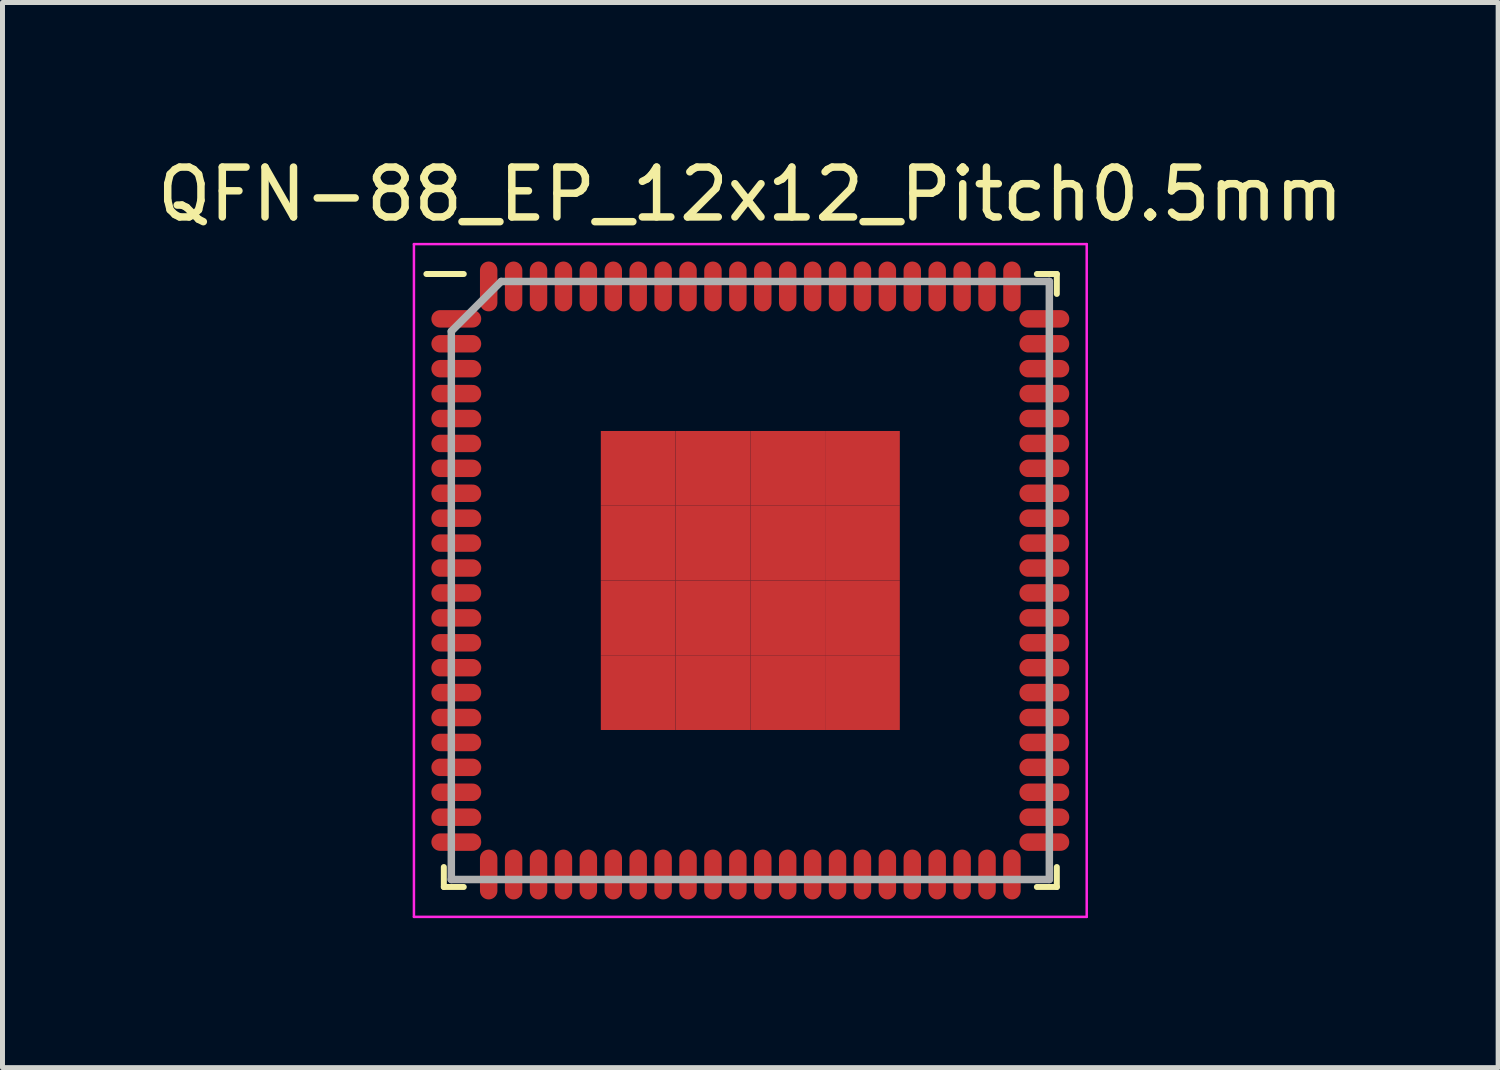
<source format=kicad_pcb>
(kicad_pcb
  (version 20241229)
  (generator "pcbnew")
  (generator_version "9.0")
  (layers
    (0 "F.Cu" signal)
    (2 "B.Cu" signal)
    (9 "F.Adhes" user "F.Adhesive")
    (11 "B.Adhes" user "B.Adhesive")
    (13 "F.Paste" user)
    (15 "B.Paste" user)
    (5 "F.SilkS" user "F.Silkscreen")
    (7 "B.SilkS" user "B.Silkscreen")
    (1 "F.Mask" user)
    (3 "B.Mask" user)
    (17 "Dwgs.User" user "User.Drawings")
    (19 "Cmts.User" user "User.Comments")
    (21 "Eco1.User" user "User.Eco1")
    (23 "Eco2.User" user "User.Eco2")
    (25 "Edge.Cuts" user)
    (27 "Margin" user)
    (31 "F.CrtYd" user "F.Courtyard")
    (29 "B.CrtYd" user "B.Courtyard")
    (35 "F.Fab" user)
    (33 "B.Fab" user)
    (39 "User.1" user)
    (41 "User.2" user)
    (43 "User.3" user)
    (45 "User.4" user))
  (footprint "QFN-88_EP_12x12_Pitch0.5mm"
    (layer "F.Cu")
    (at 12.006 8.598)
    (property "Reference" "QFN-88_EP_12x12_Pitch0.5mm" (at 0 -7.75 0) (layer "F.SilkS") (effects (font (size 1 1) (thickness 0.15))))
    (attr smd)
    (fp_line (start -6.15 6.15) (end -6.15 5.75) (stroke (width 0.12) (type solid)) (layer "F.SilkS"))
    (fp_line (start -5.75 -6.15) (end -6.5 -6.15) (stroke (width 0.12) (type solid)) (layer "F.SilkS"))
    (fp_line (start -5.75 6.15) (end -6.15 6.15) (stroke (width 0.12) (type solid)) (layer "F.SilkS"))
    (fp_line (start 5.75 -6.15) (end 6.15 -6.15) (stroke (width 0.12) (type solid)) (layer "F.SilkS"))
    (fp_line (start 5.75 6.15) (end 6.15 6.15) (stroke (width 0.12) (type solid)) (layer "F.SilkS"))
    (fp_line (start 6.15 -6.15) (end 6.15 -5.75) (stroke (width 0.12) (type solid)) (layer "F.SilkS"))
    (fp_line (start 6.15 6.15) (end 6.15 5.75) (stroke (width 0.12) (type solid)) (layer "F.SilkS"))
    (fp_line (start -6.75 -6.75) (end 6.75 -6.75) (stroke (width 0.05) (type solid)) (layer "F.CrtYd"))
    (fp_line (start -6.75 6.75) (end -6.75 -6.75) (stroke (width 0.05) (type solid)) (layer "F.CrtYd"))
    (fp_line (start 6.75 -6.75) (end 6.75 6.75) (stroke (width 0.05) (type solid)) (layer "F.CrtYd"))
    (fp_line (start 6.75 6.75) (end -6.75 6.75) (stroke (width 0.05) (type solid)) (layer "F.CrtYd"))
    (fp_line (start -6 -5) (end -6 6) (stroke (width 0.15) (type solid)) (layer "F.Fab"))
    (fp_line (start -6 6) (end 6 6) (stroke (width 0.15) (type solid)) (layer "F.Fab"))
    (fp_line (start -5 -6) (end -6 -5) (stroke (width 0.15) (type solid)) (layer "F.Fab"))
    (fp_line (start 6 -6) (end -5 -6) (stroke (width 0.15) (type solid)) (layer "F.Fab"))
    (fp_line (start 6 6) (end 6 -6) (stroke (width 0.15) (type solid)) (layer "F.Fab"))
    (pad "1" smd oval (at -5.9 -5.25 90) (size 0.35 1) (layers "F.Cu" "F.Mask" "F.Paste"))
    (pad "2" smd oval (at -5.9 -4.75 90) (size 0.35 1) (layers "F.Cu" "F.Mask" "F.Paste"))
    (pad "3" smd oval (at -5.9 -4.25 90) (size 0.35 1) (layers "F.Cu" "F.Mask" "F.Paste"))
    (pad "4" smd oval (at -5.9 -3.75 90) (size 0.35 1) (layers "F.Cu" "F.Mask" "F.Paste"))
    (pad "5" smd oval (at -5.9 -3.25 90) (size 0.35 1) (layers "F.Cu" "F.Mask" "F.Paste"))
    (pad "6" smd oval (at -5.9 -2.75 90) (size 0.35 1) (layers "F.Cu" "F.Mask" "F.Paste"))
    (pad "7" smd oval (at -5.9 -2.25 90) (size 0.35 1) (layers "F.Cu" "F.Mask" "F.Paste"))
    (pad "8" smd oval (at -5.9 -1.75 90) (size 0.35 1) (layers "F.Cu" "F.Mask" "F.Paste"))
    (pad "9" smd oval (at -5.9 -1.25 90) (size 0.35 1) (layers "F.Cu" "F.Mask" "F.Paste"))
    (pad "10" smd oval (at -5.9 -0.75 90) (size 0.35 1) (layers "F.Cu" "F.Mask" "F.Paste"))
    (pad "11" smd oval (at -5.9 -0.25 90) (size 0.35 1) (layers "F.Cu" "F.Mask" "F.Paste"))
    (pad "12" smd oval (at -5.9 0.25 90) (size 0.35 1) (layers "F.Cu" "F.Mask" "F.Paste"))
    (pad "13" smd oval (at -5.9 0.75 90) (size 0.35 1) (layers "F.Cu" "F.Mask" "F.Paste"))
    (pad "14" smd oval (at -5.9 1.25 90) (size 0.35 1) (layers "F.Cu" "F.Mask" "F.Paste"))
    (pad "15" smd oval (at -5.9 1.75 90) (size 0.35 1) (layers "F.Cu" "F.Mask" "F.Paste"))
    (pad "16" smd oval (at -5.9 2.25 90) (size 0.35 1) (layers "F.Cu" "F.Mask" "F.Paste"))
    (pad "17" smd oval (at -5.9 2.75 90) (size 0.35 1) (layers "F.Cu" "F.Mask" "F.Paste"))
    (pad "18" smd oval (at -5.9 3.25 90) (size 0.35 1) (layers "F.Cu" "F.Mask" "F.Paste"))
    (pad "19" smd oval (at -5.9 3.75 90) (size 0.35 1) (layers "F.Cu" "F.Mask" "F.Paste"))
    (pad "20" smd oval (at -5.9 4.25 90) (size 0.35 1) (layers "F.Cu" "F.Mask" "F.Paste"))
    (pad "21" smd oval (at -5.9 4.75 90) (size 0.35 1) (layers "F.Cu" "F.Mask" "F.Paste"))
    (pad "22" smd oval (at -5.9 5.25 90) (size 0.35 1) (layers "F.Cu" "F.Mask" "F.Paste"))
    (pad "23" smd oval (at -5.25 5.9) (size 0.35 1) (layers "F.Cu" "F.Mask" "F.Paste"))
    (pad "24" smd oval (at -4.75 5.9) (size 0.35 1) (layers "F.Cu" "F.Mask" "F.Paste"))
    (pad "25" smd oval (at -4.25 5.9) (size 0.35 1) (layers "F.Cu" "F.Mask" "F.Paste"))
    (pad "26" smd oval (at -3.75 5.9) (size 0.35 1) (layers "F.Cu" "F.Mask" "F.Paste"))
    (pad "27" smd oval (at -3.25 5.9) (size 0.35 1) (layers "F.Cu" "F.Mask" "F.Paste"))
    (pad "28" smd oval (at -2.75 5.9) (size 0.35 1) (layers "F.Cu" "F.Mask" "F.Paste"))
    (pad "29" smd oval (at -2.25 5.9) (size 0.35 1) (layers "F.Cu" "F.Mask" "F.Paste"))
    (pad "30" smd oval (at -1.75 5.9) (size 0.35 1) (layers "F.Cu" "F.Mask" "F.Paste"))
    (pad "31" smd oval (at -1.25 5.9) (size 0.35 1) (layers "F.Cu" "F.Mask" "F.Paste"))
    (pad "32" smd oval (at -0.75 5.9) (size 0.35 1) (layers "F.Cu" "F.Mask" "F.Paste"))
    (pad "33" smd oval (at -0.25 5.9) (size 0.35 1) (layers "F.Cu" "F.Mask" "F.Paste"))
    (pad "34" smd oval (at 0.25 5.9) (size 0.35 1) (layers "F.Cu" "F.Mask" "F.Paste"))
    (pad "35" smd oval (at 0.75 5.9) (size 0.35 1) (layers "F.Cu" "F.Mask" "F.Paste"))
    (pad "36" smd oval (at 1.25 5.9) (size 0.35 1) (layers "F.Cu" "F.Mask" "F.Paste"))
    (pad "37" smd oval (at 1.75 5.9) (size 0.35 1) (layers "F.Cu" "F.Mask" "F.Paste"))
    (pad "38" smd oval (at 2.25 5.9) (size 0.35 1) (layers "F.Cu" "F.Mask" "F.Paste"))
    (pad "39" smd oval (at 2.75 5.9) (size 0.35 1) (layers "F.Cu" "F.Mask" "F.Paste"))
    (pad "40" smd oval (at 3.25 5.9) (size 0.35 1) (layers "F.Cu" "F.Mask" "F.Paste"))
    (pad "41" smd oval (at 3.75 5.9) (size 0.35 1) (layers "F.Cu" "F.Mask" "F.Paste"))
    (pad "42" smd oval (at 4.25 5.9) (size 0.35 1) (layers "F.Cu" "F.Mask" "F.Paste"))
    (pad "43" smd oval (at 4.75 5.9) (size 0.35 1) (layers "F.Cu" "F.Mask" "F.Paste"))
    (pad "44" smd oval (at 5.25 5.9) (size 0.35 1) (layers "F.Cu" "F.Mask" "F.Paste"))
    (pad "45" smd oval (at 5.9 5.25 90) (size 0.35 1) (layers "F.Cu" "F.Mask" "F.Paste"))
    (pad "46" smd oval (at 5.9 4.75 90) (size 0.35 1) (layers "F.Cu" "F.Mask" "F.Paste"))
    (pad "47" smd oval (at 5.9 4.25 90) (size 0.35 1) (layers "F.Cu" "F.Mask" "F.Paste"))
    (pad "48" smd oval (at 5.9 3.75 90) (size 0.35 1) (layers "F.Cu" "F.Mask" "F.Paste"))
    (pad "49" smd oval (at 5.9 3.25 90) (size 0.35 1) (layers "F.Cu" "F.Mask" "F.Paste"))
    (pad "50" smd oval (at 5.9 2.75 90) (size 0.35 1) (layers "F.Cu" "F.Mask" "F.Paste"))
    (pad "51" smd oval (at 5.9 2.25 90) (size 0.35 1) (layers "F.Cu" "F.Mask" "F.Paste"))
    (pad "52" smd oval (at 5.9 1.75 90) (size 0.35 1) (layers "F.Cu" "F.Mask" "F.Paste"))
    (pad "53" smd oval (at 5.9 1.25 90) (size 0.35 1) (layers "F.Cu" "F.Mask" "F.Paste"))
    (pad "54" smd oval (at 5.9 0.75 90) (size 0.35 1) (layers "F.Cu" "F.Mask" "F.Paste"))
    (pad "55" smd oval (at 5.9 0.25 90) (size 0.35 1) (layers "F.Cu" "F.Mask" "F.Paste"))
    (pad "56" smd oval (at 5.9 -0.25 90) (size 0.35 1) (layers "F.Cu" "F.Mask" "F.Paste"))
    (pad "57" smd oval (at 5.9 -0.75 90) (size 0.35 1) (layers "F.Cu" "F.Mask" "F.Paste"))
    (pad "58" smd oval (at 5.9 -1.25 90) (size 0.35 1) (layers "F.Cu" "F.Mask" "F.Paste"))
    (pad "59" smd oval (at 5.9 -1.75 90) (size 0.35 1) (layers "F.Cu" "F.Mask" "F.Paste"))
    (pad "60" smd oval (at 5.9 -2.25 90) (size 0.35 1) (layers "F.Cu" "F.Mask" "F.Paste"))
    (pad "61" smd oval (at 5.9 -2.75 90) (size 0.35 1) (layers "F.Cu" "F.Mask" "F.Paste"))
    (pad "62" smd oval (at 5.9 -3.25 90) (size 0.35 1) (layers "F.Cu" "F.Mask" "F.Paste"))
    (pad "63" smd oval (at 5.9 -3.75 90) (size 0.35 1) (layers "F.Cu" "F.Mask" "F.Paste"))
    (pad "64" smd oval (at 5.9 -4.25 90) (size 0.35 1) (layers "F.Cu" "F.Mask" "F.Paste"))
    (pad "65" smd oval (at 5.9 -4.75 90) (size 0.35 1) (layers "F.Cu" "F.Mask" "F.Paste"))
    (pad "66" smd oval (at 5.9 -5.25 90) (size 0.35 1) (layers "F.Cu" "F.Mask" "F.Paste"))
    (pad "67" smd oval (at 5.25 -5.9) (size 0.35 1) (layers "F.Cu" "F.Mask" "F.Paste"))
    (pad "68" smd oval (at 4.75 -5.9) (size 0.35 1) (layers "F.Cu" "F.Mask" "F.Paste"))
    (pad "69" smd oval (at 4.25 -5.9) (size 0.35 1) (layers "F.Cu" "F.Mask" "F.Paste"))
    (pad "70" smd oval (at 3.75 -5.9) (size 0.35 1) (layers "F.Cu" "F.Mask" "F.Paste"))
    (pad "71" smd oval (at 3.25 -5.9) (size 0.35 1) (layers "F.Cu" "F.Mask" "F.Paste"))
    (pad "72" smd oval (at 2.75 -5.9) (size 0.35 1) (layers "F.Cu" "F.Mask" "F.Paste"))
    (pad "73" smd oval (at 2.25 -5.9) (size 0.35 1) (layers "F.Cu" "F.Mask" "F.Paste"))
    (pad "74" smd oval (at 1.75 -5.9) (size 0.35 1) (layers "F.Cu" "F.Mask" "F.Paste"))
    (pad "75" smd oval (at 1.25 -5.9) (size 0.35 1) (layers "F.Cu" "F.Mask" "F.Paste"))
    (pad "76" smd oval (at 0.75 -5.9) (size 0.35 1) (layers "F.Cu" "F.Mask" "F.Paste"))
    (pad "77" smd oval (at 0.25 -5.9) (size 0.35 1) (layers "F.Cu" "F.Mask" "F.Paste"))
    (pad "78" smd oval (at -0.25 -5.9) (size 0.35 1) (layers "F.Cu" "F.Mask" "F.Paste"))
    (pad "79" smd oval (at -0.75 -5.9) (size 0.35 1) (layers "F.Cu" "F.Mask" "F.Paste"))
    (pad "80" smd oval (at -1.25 -5.9) (size 0.35 1) (layers "F.Cu" "F.Mask" "F.Paste"))
    (pad "81" smd oval (at -1.75 -5.9) (size 0.35 1) (layers "F.Cu" "F.Mask" "F.Paste"))
    (pad "82" smd oval (at -2.25 -5.9) (size 0.35 1) (layers "F.Cu" "F.Mask" "F.Paste"))
    (pad "83" smd oval (at -2.75 -5.9) (size 0.35 1) (layers "F.Cu" "F.Mask" "F.Paste"))
    (pad "84" smd oval (at -3.25 -5.9) (size 0.35 1) (layers "F.Cu" "F.Mask" "F.Paste"))
    (pad "85" smd oval (at -3.75 -5.9) (size 0.35 1) (layers "F.Cu" "F.Mask" "F.Paste"))
    (pad "86" smd oval (at -4.25 -5.9) (size 0.35 1) (layers "F.Cu" "F.Mask" "F.Paste"))
    (pad "87" smd oval (at -4.75 -5.9) (size 0.35 1) (layers "F.Cu" "F.Mask" "F.Paste"))
    (pad "88" smd oval (at -5.25 -5.9) (size 0.35 1) (layers "F.Cu" "F.Mask" "F.Paste"))
    (pad "89" smd rect (at -2.25 -2.25) (size 1.5 1.5) (layers "F.Cu" "F.Mask" "F.Paste"))
    (pad "89" smd rect (at -2.25 -0.75) (size 1.5 1.5) (layers "F.Cu" "F.Mask" "F.Paste"))
    (pad "89" smd rect (at -2.25 0.75) (size 1.5 1.5) (layers "F.Cu" "F.Mask" "F.Paste"))
    (pad "89" smd rect (at -2.25 2.25) (size 1.5 1.5) (layers "F.Cu" "F.Mask" "F.Paste"))
    (pad "89" smd rect (at -0.75 -2.25) (size 1.5 1.5) (layers "F.Cu" "F.Mask" "F.Paste"))
    (pad "89" smd rect (at -0.75 -0.75) (size 1.5 1.5) (layers "F.Cu" "F.Mask" "F.Paste"))
    (pad "89" smd rect (at -0.75 0.75) (size 1.5 1.5) (layers "F.Cu" "F.Mask" "F.Paste"))
    (pad "89" smd rect (at -0.75 2.25) (size 1.5 1.5) (layers "F.Cu" "F.Mask" "F.Paste"))
    (pad "89" smd rect (at 0.75 -2.25) (size 1.5 1.5) (layers "F.Cu" "F.Mask" "F.Paste"))
    (pad "89" smd rect (at 0.75 -0.75) (size 1.5 1.5) (layers "F.Cu" "F.Mask" "F.Paste"))
    (pad "89" smd rect (at 0.75 0.75) (size 1.5 1.5) (layers "F.Cu" "F.Mask" "F.Paste"))
    (pad "89" smd rect (at 0.75 2.25) (size 1.5 1.5) (layers "F.Cu" "F.Mask" "F.Paste"))
    (pad "89" smd rect (at 2.25 -2.25) (size 1.5 1.5) (layers "F.Cu" "F.Mask" "F.Paste"))
    (pad "89" smd rect (at 2.25 -0.75) (size 1.5 1.5) (layers "F.Cu" "F.Mask" "F.Paste"))
    (pad "89" smd rect (at 2.25 0.75) (size 1.5 1.5) (layers "F.Cu" "F.Mask" "F.Paste"))
    (pad "89" smd rect (at 2.25 2.25) (size 1.5 1.5) (layers "F.Cu" "F.Mask" "F.Paste")))
  (gr_rect
    (start -3 -3)
    (end 27.012 18.373)
    (stroke (width 0.1) (type default))
    (fill no)
    (layer "Edge.Cuts")))
</source>
